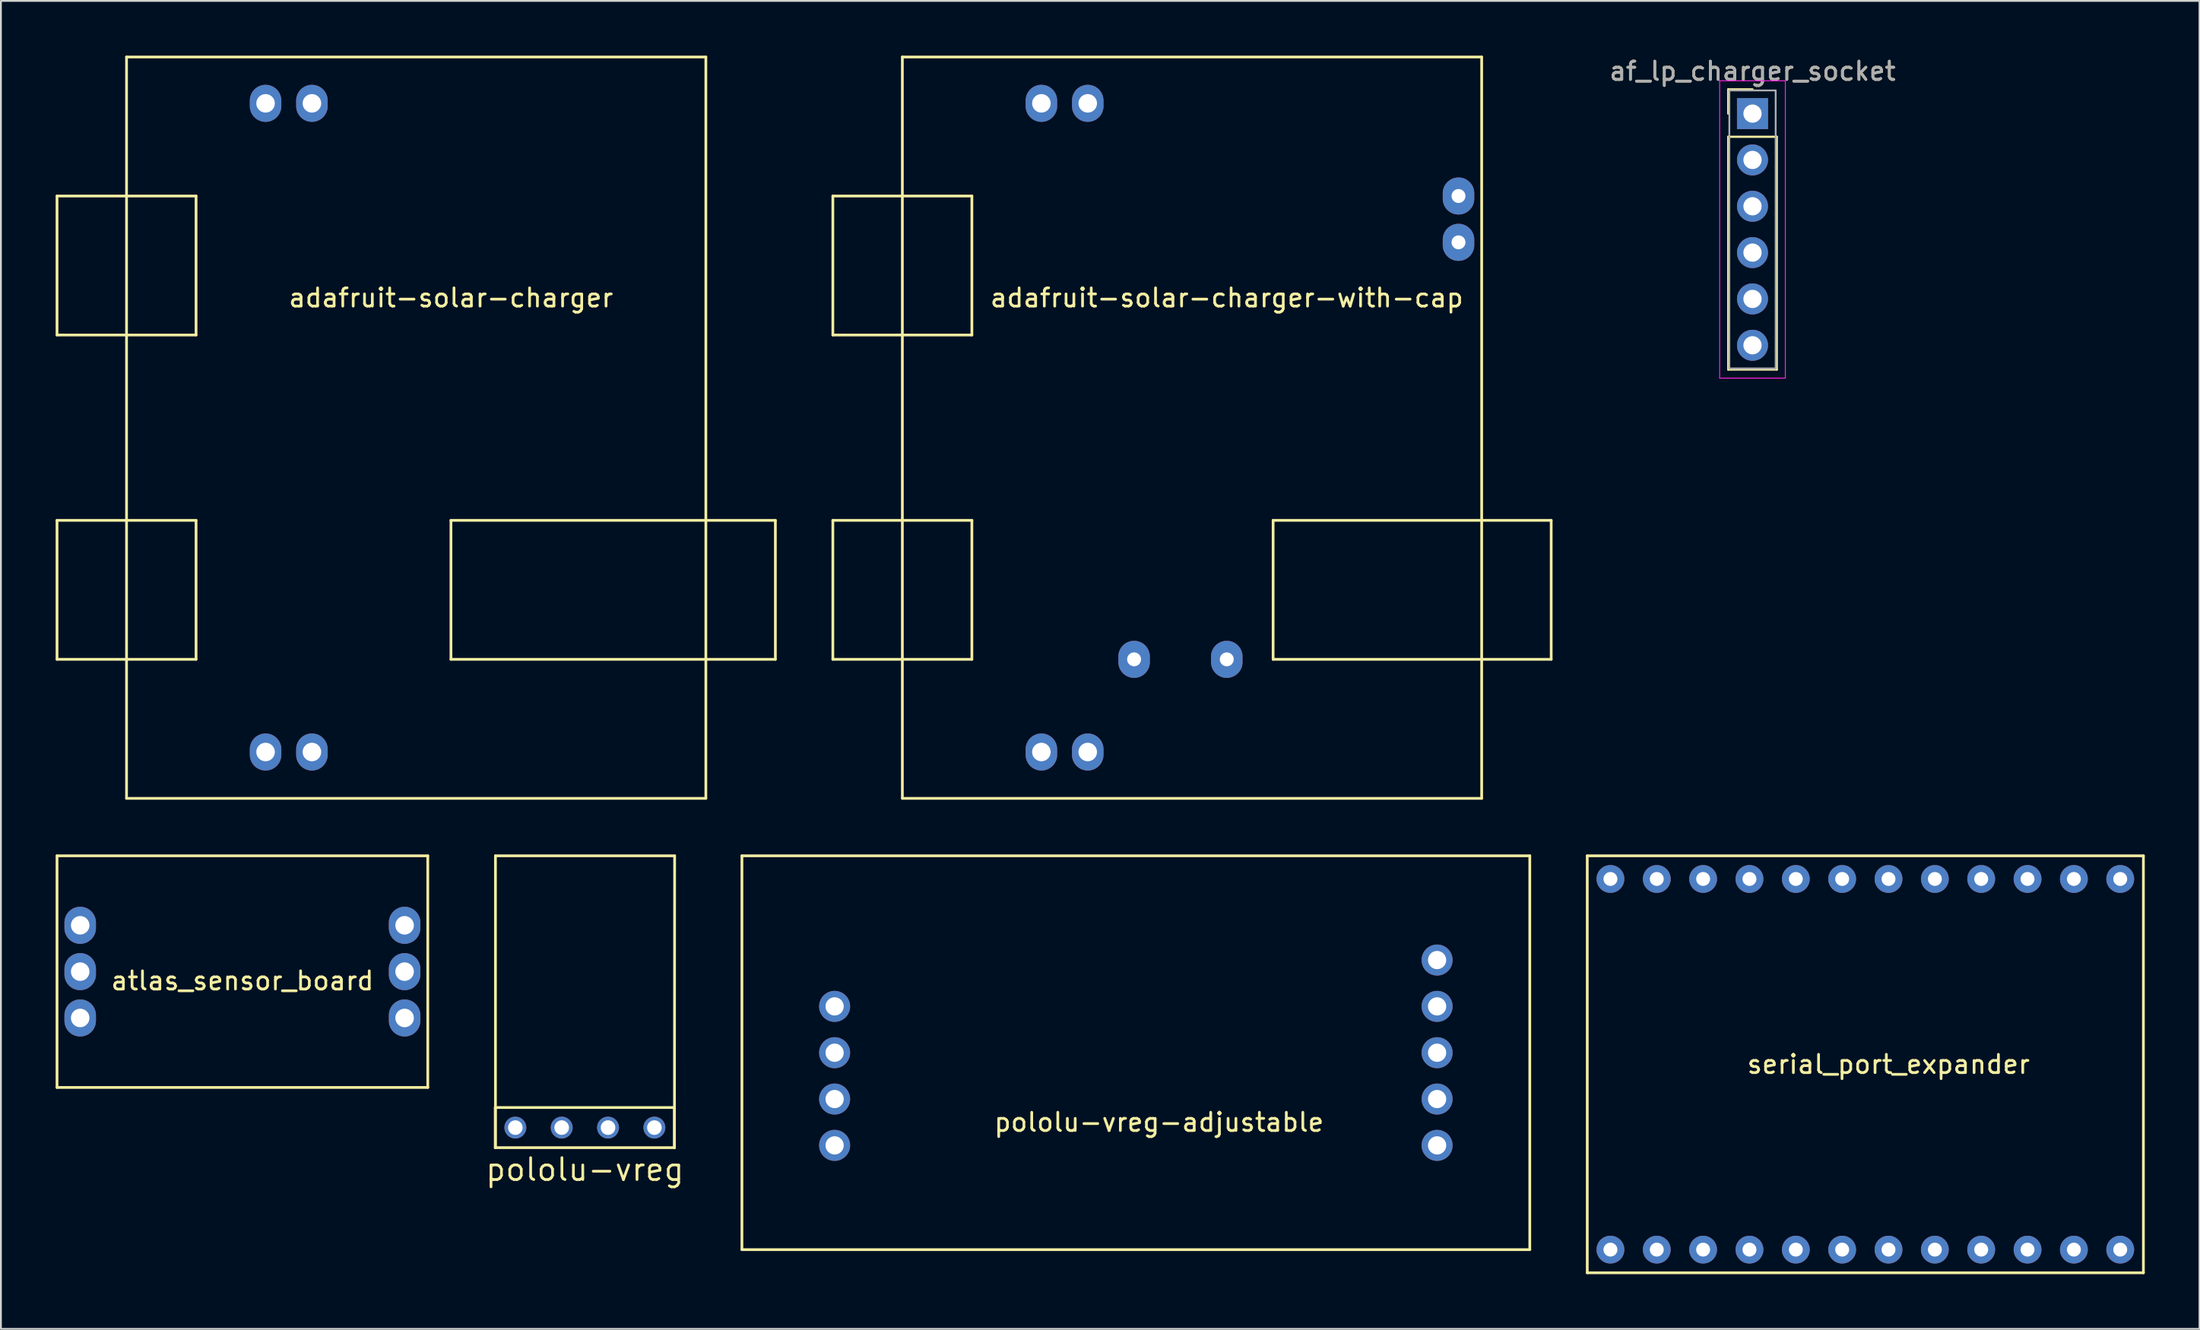
<source format=kicad_pcb>
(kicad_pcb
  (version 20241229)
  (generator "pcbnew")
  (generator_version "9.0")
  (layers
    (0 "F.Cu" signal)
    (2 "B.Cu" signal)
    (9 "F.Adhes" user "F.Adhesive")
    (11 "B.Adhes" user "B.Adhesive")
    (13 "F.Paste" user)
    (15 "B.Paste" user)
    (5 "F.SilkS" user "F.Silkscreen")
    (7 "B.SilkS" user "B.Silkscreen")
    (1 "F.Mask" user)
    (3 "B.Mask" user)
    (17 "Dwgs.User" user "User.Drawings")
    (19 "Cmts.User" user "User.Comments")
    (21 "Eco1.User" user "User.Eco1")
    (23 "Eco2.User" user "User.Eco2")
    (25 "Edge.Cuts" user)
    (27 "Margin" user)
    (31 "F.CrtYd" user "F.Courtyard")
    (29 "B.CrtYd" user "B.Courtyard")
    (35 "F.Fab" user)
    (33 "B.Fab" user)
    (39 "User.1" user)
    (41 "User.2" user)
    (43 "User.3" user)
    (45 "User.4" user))
  (footprint "adafruit-solar-charger-with-cap"
    (layer "F.Cu")
    (at 64.185 20.395)
    (property "Reference" "adafruit-solar-charger-with-cap" (at 0 -7.12 0) (layer "F.SilkS") (effects (font (size 1 1) (thickness 0.15))))
    (attr through_hole)
    (fp_line (start -21.59 -12.7) (end -13.97 -12.7) (stroke (width 0.15) (type solid)) (layer "F.SilkS"))
    (fp_line (start -21.59 -5.08) (end -21.59 -12.7) (stroke (width 0.15) (type solid)) (layer "F.SilkS"))
    (fp_line (start -21.59 5.08) (end -13.97 5.08) (stroke (width 0.15) (type solid)) (layer "F.SilkS"))
    (fp_line (start -21.59 12.7) (end -21.59 5.08) (stroke (width 0.15) (type solid)) (layer "F.SilkS"))
    (fp_line (start -17.78 -20.32) (end 13.97 -20.32) (stroke (width 0.15) (type solid)) (layer "F.SilkS"))
    (fp_line (start -17.78 20.32) (end -17.78 -20.32) (stroke (width 0.15) (type solid)) (layer "F.SilkS"))
    (fp_line (start -13.97 -12.7) (end -13.97 -5.08) (stroke (width 0.15) (type solid)) (layer "F.SilkS"))
    (fp_line (start -13.97 -5.08) (end -21.59 -5.08) (stroke (width 0.15) (type solid)) (layer "F.SilkS"))
    (fp_line (start -13.97 5.08) (end -13.97 12.7) (stroke (width 0.15) (type solid)) (layer "F.SilkS"))
    (fp_line (start -13.97 12.7) (end -21.59 12.7) (stroke (width 0.15) (type solid)) (layer "F.SilkS"))
    (fp_line (start 2.54 5.08) (end 2.54 12.7) (stroke (width 0.15) (type solid)) (layer "F.SilkS"))
    (fp_line (start 2.54 12.7) (end 17.78 12.7) (stroke (width 0.15) (type solid)) (layer "F.SilkS"))
    (fp_line (start 13.97 -20.32) (end 13.97 20.32) (stroke (width 0.15) (type solid)) (layer "F.SilkS"))
    (fp_line (start 13.97 20.32) (end -17.78 20.32) (stroke (width 0.15) (type solid)) (layer "F.SilkS"))
    (fp_line (start 17.78 5.08) (end 2.54 5.08) (stroke (width 0.15) (type solid)) (layer "F.SilkS"))
    (fp_line (start 17.78 12.7) (end 17.78 5.08) (stroke (width 0.15) (type solid)) (layer "F.SilkS"))
    (pad "1" thru_hole oval (at -10.16 -17.78) (size 1.727 2.032) (drill 1.016) (layers "*.Cu" "*.Mask"))
    (pad "2" thru_hole oval (at -7.62 -17.78) (size 1.727 2.032) (drill 1.016) (layers "*.Cu" "*.Mask"))
    (pad "3" thru_hole oval (at -7.62 17.78) (size 1.727 2.032) (drill 1.016) (layers "*.Cu" "*.Mask"))
    (pad "4" thru_hole oval (at -10.16 17.78) (size 1.727 2.032) (drill 1.016) (layers "*.Cu" "*.Mask"))
    (pad "5" thru_hole oval (at 0 12.7) (size 1.727 2.032) (drill 0.762) (layers "*.Cu" "*.Mask"))
    (pad "6" thru_hole oval (at -5.08 12.7) (size 1.727 2.032) (drill 0.762) (layers "*.Cu" "*.Mask"))
    (pad "7" thru_hole oval (at 12.7 -12.7) (size 1.727 2.032) (drill 0.762) (layers "*.Cu" "*.Mask"))
    (pad "8" thru_hole oval (at 12.7 -10.16) (size 1.727 2.032) (drill 0.762) (layers "*.Cu" "*.Mask")))
  (footprint "pololu-vreg-adjustable"
    (layer "F.Cu")
    (at 60.472 55.93)
    (property "Reference" "pololu-vreg-adjustable" (at 0 2.54 0) (layer "F.SilkS") (effects (font (size 1 1) (thickness 0.15))))
    (attr through_hole)
    (fp_line (start -22.86 -12.065) (end 20.32 -12.065) (stroke (width 0.15) (type solid)) (layer "F.SilkS"))
    (fp_line (start -22.86 9.525) (end -22.86 -12.065) (stroke (width 0.15) (type solid)) (layer "F.SilkS"))
    (fp_line (start 20.32 -12.065) (end 20.32 9.525) (stroke (width 0.15) (type solid)) (layer "F.SilkS"))
    (fp_line (start 20.32 9.525) (end -22.86 9.525) (stroke (width 0.15) (type solid)) (layer "F.SilkS"))
    (pad "1" thru_hole circle (at -17.78 -3.81) (size 1.7 1.7) (drill 1) (layers "*.Cu" "*.Mask"))
    (pad "1" thru_hole circle (at -17.78 -1.27) (size 1.7 1.7) (drill 1) (layers "*.Cu" "*.Mask"))
    (pad "2" thru_hole circle (at -17.78 1.27) (size 1.7 1.7) (drill 1) (layers "*.Cu" "*.Mask"))
    (pad "2" thru_hole circle (at -17.78 3.81) (size 1.7 1.7) (drill 1) (layers "*.Cu" "*.Mask"))
    (pad "2" thru_hole circle (at 15.24 1.27) (size 1.7 1.7) (drill 1) (layers "*.Cu" "*.Mask"))
    (pad "2" thru_hole circle (at 15.24 3.81) (size 1.7 1.7) (drill 1) (layers "*.Cu" "*.Mask"))
    (pad "3" thru_hole circle (at 15.24 -3.81) (size 1.7 1.7) (drill 1) (layers "*.Cu" "*.Mask"))
    (pad "3" thru_hole circle (at 15.24 -1.27) (size 1.7 1.7) (drill 1) (layers "*.Cu" "*.Mask"))
    (pad "4" thru_hole circle (at 15.24 -6.35) (size 1.7 1.7) (drill 1) (layers "*.Cu" "*.Mask")))
  (footprint "pololu-vreg"
    (layer "F.Cu")
    (at 29.004 58.765)
    (property "Reference" "pololu-vreg" (at 0 2.3 0) (layer "F.SilkS") (effects (font (size 1.2 1.2) (thickness 0.15))))
    (attr through_hole)
    (fp_line (start -4.91 -1.1) (end 4.91 -1.1) (stroke (width 0.15) (type solid)) (layer "F.SilkS"))
    (fp_line (start -4.91 1.1) (end -4.91 -1.1) (stroke (width 0.15) (type solid)) (layer "F.SilkS"))
    (fp_line (start -4.9 -14.9) (end -4.9 1.1) (stroke (width 0.15) (type solid)) (layer "F.SilkS"))
    (fp_line (start 4.91 -1.1) (end 4.91 1.1) (stroke (width 0.15) (type solid)) (layer "F.SilkS"))
    (fp_line (start 4.91 1.1) (end -4.91 1.1) (stroke (width 0.15) (type solid)) (layer "F.SilkS"))
    (fp_line (start 4.91 1.11) (end 4.92 -14.9) (stroke (width 0.15) (type solid)) (layer "F.SilkS"))
    (fp_line (start 4.92 -14.9) (end -4.9 -14.9) (stroke (width 0.15) (type solid)) (layer "F.SilkS"))
    (pad "1" thru_hole circle (at -3.81 0) (size 1.2 1.2) (drill 0.8) (layers "*.Cu" "*.Mask"))
    (pad "2" thru_hole circle (at -1.27 0) (size 1.2 1.2) (drill 0.8) (layers "*.Cu" "*.Mask"))
    (pad "3" thru_hole circle (at 1.27 0) (size 1.2 1.2) (drill 0.8) (layers "*.Cu" "*.Mask"))
    (pad "4" thru_hole circle (at 3.81 0) (size 1.2 1.2) (drill 0.8) (layers "*.Cu" "*.Mask")))
  (footprint "af_lp_charger_socket"
    (layer "F.Cu")
    (at 92.998 3.178)
    (property "Reference" "af_lp_charger_socket" (at 0 -2.33 0) (layer "F.SilkS") (effects (font (size 1 1) (thickness 0.15))))
    (attr through_hole)
    (fp_line (start -1.33 -1.33) (end 0 -1.33) (stroke (width 0.12) (type solid)) (layer "F.SilkS"))
    (fp_line (start -1.33 0) (end -1.33 -1.33) (stroke (width 0.12) (type solid)) (layer "F.SilkS"))
    (fp_line (start -1.33 1.27) (end -1.33 14.03) (stroke (width 0.12) (type solid)) (layer "F.SilkS"))
    (fp_line (start -1.33 14.03) (end 1.33 14.03) (stroke (width 0.12) (type solid)) (layer "F.SilkS"))
    (fp_line (start 1.33 1.27) (end -1.33 1.27) (stroke (width 0.12) (type solid)) (layer "F.SilkS"))
    (fp_line (start 1.33 14.03) (end 1.33 1.27) (stroke (width 0.12) (type solid)) (layer "F.SilkS"))
    (fp_line (start -1.8 -1.8) (end -1.8 14.5) (stroke (width 0.05) (type solid)) (layer "F.CrtYd"))
    (fp_line (start -1.8 14.5) (end 1.8 14.5) (stroke (width 0.05) (type solid)) (layer "F.CrtYd"))
    (fp_line (start 1.8 -1.8) (end -1.8 -1.8) (stroke (width 0.05) (type solid)) (layer "F.CrtYd"))
    (fp_line (start 1.8 14.5) (end 1.8 -1.8) (stroke (width 0.05) (type solid)) (layer "F.CrtYd"))
    (fp_line (start -1.27 -1.27) (end -1.27 13.97) (stroke (width 0.1) (type solid)) (layer "F.Fab"))
    (fp_line (start -1.27 13.97) (end 1.27 13.97) (stroke (width 0.1) (type solid)) (layer "F.Fab"))
    (fp_line (start 1.27 -1.27) (end -1.27 -1.27) (stroke (width 0.1) (type solid)) (layer "F.Fab"))
    (fp_line (start 1.27 13.97) (end 1.27 -1.27) (stroke (width 0.1) (type solid)) (layer "F.Fab"))
    (fp_text user "${REFERENCE}" (at 0 -2.33 0) (layer "F.Fab") (effects (font (size 1 1) (thickness 0.15))))
    (pad "1" thru_hole rect (at 0 0) (size 1.7 1.7) (drill 1) (layers "*.Cu" "*.Mask"))
    (pad "2" thru_hole oval (at 0 2.54) (size 1.7 1.7) (drill 1) (layers "*.Cu" "*.Mask"))
    (pad "3" thru_hole oval (at 0 5.08) (size 1.7 1.7) (drill 1) (layers "*.Cu" "*.Mask"))
    (pad "4" thru_hole oval (at 0 7.62) (size 1.7 1.7) (drill 1) (layers "*.Cu" "*.Mask"))
    (pad "5" thru_hole oval (at 0 10.16) (size 1.7 1.7) (drill 1) (layers "*.Cu" "*.Mask"))
    (pad "6" thru_hole oval (at 0 12.7) (size 1.7 1.7) (drill 1) (layers "*.Cu" "*.Mask")))
  (footprint "adafruit-solar-charger"
    (layer "F.Cu")
    (at 21.665 20.395)
    (property "Reference" "adafruit-solar-charger" (at 0 -7.12 0) (layer "F.SilkS") (effects (font (size 1 1) (thickness 0.15))))
    (attr through_hole)
    (fp_line (start -21.59 -12.7) (end -13.97 -12.7) (stroke (width 0.15) (type solid)) (layer "F.SilkS"))
    (fp_line (start -21.59 -5.08) (end -21.59 -12.7) (stroke (width 0.15) (type solid)) (layer "F.SilkS"))
    (fp_line (start -21.59 5.08) (end -13.97 5.08) (stroke (width 0.15) (type solid)) (layer "F.SilkS"))
    (fp_line (start -21.59 12.7) (end -21.59 5.08) (stroke (width 0.15) (type solid)) (layer "F.SilkS"))
    (fp_line (start -17.78 -20.32) (end 13.97 -20.32) (stroke (width 0.15) (type solid)) (layer "F.SilkS"))
    (fp_line (start -17.78 20.32) (end -17.78 -20.32) (stroke (width 0.15) (type solid)) (layer "F.SilkS"))
    (fp_line (start -13.97 -12.7) (end -13.97 -5.08) (stroke (width 0.15) (type solid)) (layer "F.SilkS"))
    (fp_line (start -13.97 -5.08) (end -21.59 -5.08) (stroke (width 0.15) (type solid)) (layer "F.SilkS"))
    (fp_line (start -13.97 5.08) (end -13.97 12.7) (stroke (width 0.15) (type solid)) (layer "F.SilkS"))
    (fp_line (start -13.97 12.7) (end -21.59 12.7) (stroke (width 0.15) (type solid)) (layer "F.SilkS"))
    (fp_line (start 0 5.08) (end 0 12.7) (stroke (width 0.15) (type solid)) (layer "F.SilkS"))
    (fp_line (start 0 12.7) (end 17.78 12.7) (stroke (width 0.15) (type solid)) (layer "F.SilkS"))
    (fp_line (start 13.97 -20.32) (end 13.97 20.32) (stroke (width 0.15) (type solid)) (layer "F.SilkS"))
    (fp_line (start 13.97 20.32) (end -17.78 20.32) (stroke (width 0.15) (type solid)) (layer "F.SilkS"))
    (fp_line (start 17.78 5.08) (end 0 5.08) (stroke (width 0.15) (type solid)) (layer "F.SilkS"))
    (fp_line (start 17.78 12.7) (end 17.78 5.08) (stroke (width 0.15) (type solid)) (layer "F.SilkS"))
    (pad "1" thru_hole oval (at -10.16 -17.78) (size 1.727 2.032) (drill 1.016) (layers "*.Cu" "*.Mask"))
    (pad "2" thru_hole oval (at -7.62 -17.78) (size 1.727 2.032) (drill 1.016) (layers "*.Cu" "*.Mask"))
    (pad "3" thru_hole oval (at -7.62 17.78) (size 1.727 2.032) (drill 1.016) (layers "*.Cu" "*.Mask"))
    (pad "4" thru_hole oval (at -10.16 17.78) (size 1.727 2.032) (drill 1.016) (layers "*.Cu" "*.Mask")))
  (footprint "serial_port_expander"
    (layer "F.Cu")
    (at 97.912 52.755)
    (property "Reference" "serial_port_expander" (at 2.54 2.54 0) (layer "F.SilkS") (effects (font (size 1 1) (thickness 0.15))))
    (attr through_hole)
    (fp_line (start -13.97 -8.89) (end 16.51 -8.89) (stroke (width 0.15) (type solid)) (layer "F.SilkS"))
    (fp_line (start -13.97 13.97) (end -13.97 -8.89) (stroke (width 0.15) (type solid)) (layer "F.SilkS"))
    (fp_line (start 16.51 -8.89) (end 16.51 13.97) (stroke (width 0.15) (type solid)) (layer "F.SilkS"))
    (fp_line (start 16.51 13.97) (end -13.97 13.97) (stroke (width 0.15) (type solid)) (layer "F.SilkS"))
    (pad "1" thru_hole circle (at -12.7 -7.62) (size 1.524 1.524) (drill 0.762) (layers "*.Cu" "*.Mask"))
    (pad "2" thru_hole circle (at 5.08 -7.62) (size 1.524 1.524) (drill 0.762) (layers "*.Cu" "*.Mask"))
    (pad "3" thru_hole circle (at -5.08 -7.62) (size 1.524 1.524) (drill 0.762) (layers "*.Cu" "*.Mask"))
    (pad "4" thru_hole circle (at -2.54 -7.62) (size 1.524 1.524) (drill 0.762) (layers "*.Cu" "*.Mask"))
    (pad "5" thru_hole circle (at 0 -7.62) (size 1.524 1.524) (drill 0.762) (layers "*.Cu" "*.Mask"))
    (pad "6" thru_hole circle (at -10.16 -7.62) (size 1.524 1.524) (drill 0.762) (layers "*.Cu" "*.Mask"))
    (pad "7" thru_hole circle (at -7.62 -7.62) (size 1.524 1.524) (drill 0.762) (layers "*.Cu" "*.Mask"))
    (pad "8" thru_hole circle (at -12.7 12.7) (size 1.524 1.524) (drill 0.762) (layers "*.Cu" "*.Mask"))
    (pad "9" thru_hole circle (at -10.16 12.7) (size 1.524 1.524) (drill 0.762) (layers "*.Cu" "*.Mask"))
    (pad "10" thru_hole circle (at -7.62 12.7) (size 1.524 1.524) (drill 0.762) (layers "*.Cu" "*.Mask"))
    (pad "11" thru_hole circle (at -5.08 12.7) (size 1.524 1.524) (drill 0.762) (layers "*.Cu" "*.Mask"))
    (pad "12" thru_hole circle (at -2.54 12.7) (size 1.524 1.524) (drill 0.762) (layers "*.Cu" "*.Mask"))
    (pad "13" thru_hole circle (at 0 12.7) (size 1.524 1.524) (drill 0.762) (layers "*.Cu" "*.Mask"))
    (pad "14" thru_hole circle (at 2.54 12.7) (size 1.524 1.524) (drill 0.762) (layers "*.Cu" "*.Mask"))
    (pad "15" thru_hole circle (at 5.08 12.7) (size 1.524 1.524) (drill 0.762) (layers "*.Cu" "*.Mask"))
    (pad "~" thru_hole circle (at 2.54 -7.62) (size 1.524 1.524) (drill 0.762) (layers "*.Cu" "*.Mask"))
    (pad "~" thru_hole circle (at 7.62 -7.62) (size 1.524 1.524) (drill 0.762) (layers "*.Cu" "*.Mask"))
    (pad "~" thru_hole circle (at 7.62 12.7) (size 1.524 1.524) (drill 0.762) (layers "*.Cu" "*.Mask"))
    (pad "~" thru_hole circle (at 10.16 -7.62) (size 1.524 1.524) (drill 0.762) (layers "*.Cu" "*.Mask"))
    (pad "~" thru_hole circle (at 10.16 12.7) (size 1.524 1.524) (drill 0.762) (layers "*.Cu" "*.Mask"))
    (pad "~" thru_hole circle (at 12.7 -7.62) (size 1.524 1.524) (drill 0.762) (layers "*.Cu" "*.Mask"))
    (pad "~" thru_hole circle (at 12.7 12.7) (size 1.524 1.524) (drill 0.762) (layers "*.Cu" "*.Mask"))
    (pad "~" thru_hole circle (at 15.24 -7.62) (size 1.524 1.524) (drill 0.762) (layers "*.Cu" "*.Mask"))
    (pad "~" thru_hole circle (at 15.24 12.7) (size 1.524 1.524) (drill 0.762) (layers "*.Cu" "*.Mask")))
  (footprint "atlas_sensor_board"
    (layer "F.Cu")
    (at 8.965 50.215)
    (property "Reference" "atlas_sensor_board" (at 1.27 0.5 0) (layer "F.SilkS") (effects (font (size 1 1) (thickness 0.15))))
    (attr through_hole)
    (fp_line (start -8.89 -6.35) (end 11.43 -6.35) (stroke (width 0.15) (type solid)) (layer "F.SilkS"))
    (fp_line (start -8.89 6.35) (end -8.89 -6.35) (stroke (width 0.15) (type solid)) (layer "F.SilkS"))
    (fp_line (start 11.43 -6.35) (end 11.43 6.35) (stroke (width 0.15) (type solid)) (layer "F.SilkS"))
    (fp_line (start 11.43 6.35) (end -8.89 6.35) (stroke (width 0.15) (type solid)) (layer "F.SilkS"))
    (pad "1" thru_hole oval (at -7.62 -2.54) (size 1.727 2.032) (drill 1.016) (layers "*.Cu" "*.Mask"))
    (pad "2" thru_hole oval (at -7.62 0) (size 1.727 2.032) (drill 1.016) (layers "*.Cu" "*.Mask"))
    (pad "3" thru_hole oval (at 10.16 2.54) (size 1.727 2.032) (drill 1.016) (layers "*.Cu" "*.Mask"))
    (pad "4" thru_hole oval (at -7.62 2.54) (size 1.727 2.032) (drill 1.016) (layers "*.Cu" "*.Mask"))
    (pad "5" thru_hole oval (at 10.16 0) (size 1.727 2.032) (drill 1.016) (layers "*.Cu" "*.Mask"))
    (pad "6" thru_hole oval (at 10.16 -2.54) (size 1.727 2.032) (drill 1.016) (layers "*.Cu" "*.Mask")))
  (gr_rect
    (start -3 -3)
    (end 117.497 69.8)
    (stroke (width 0.1) (type default))
    (fill no)
    (layer "Edge.Cuts")))
</source>
